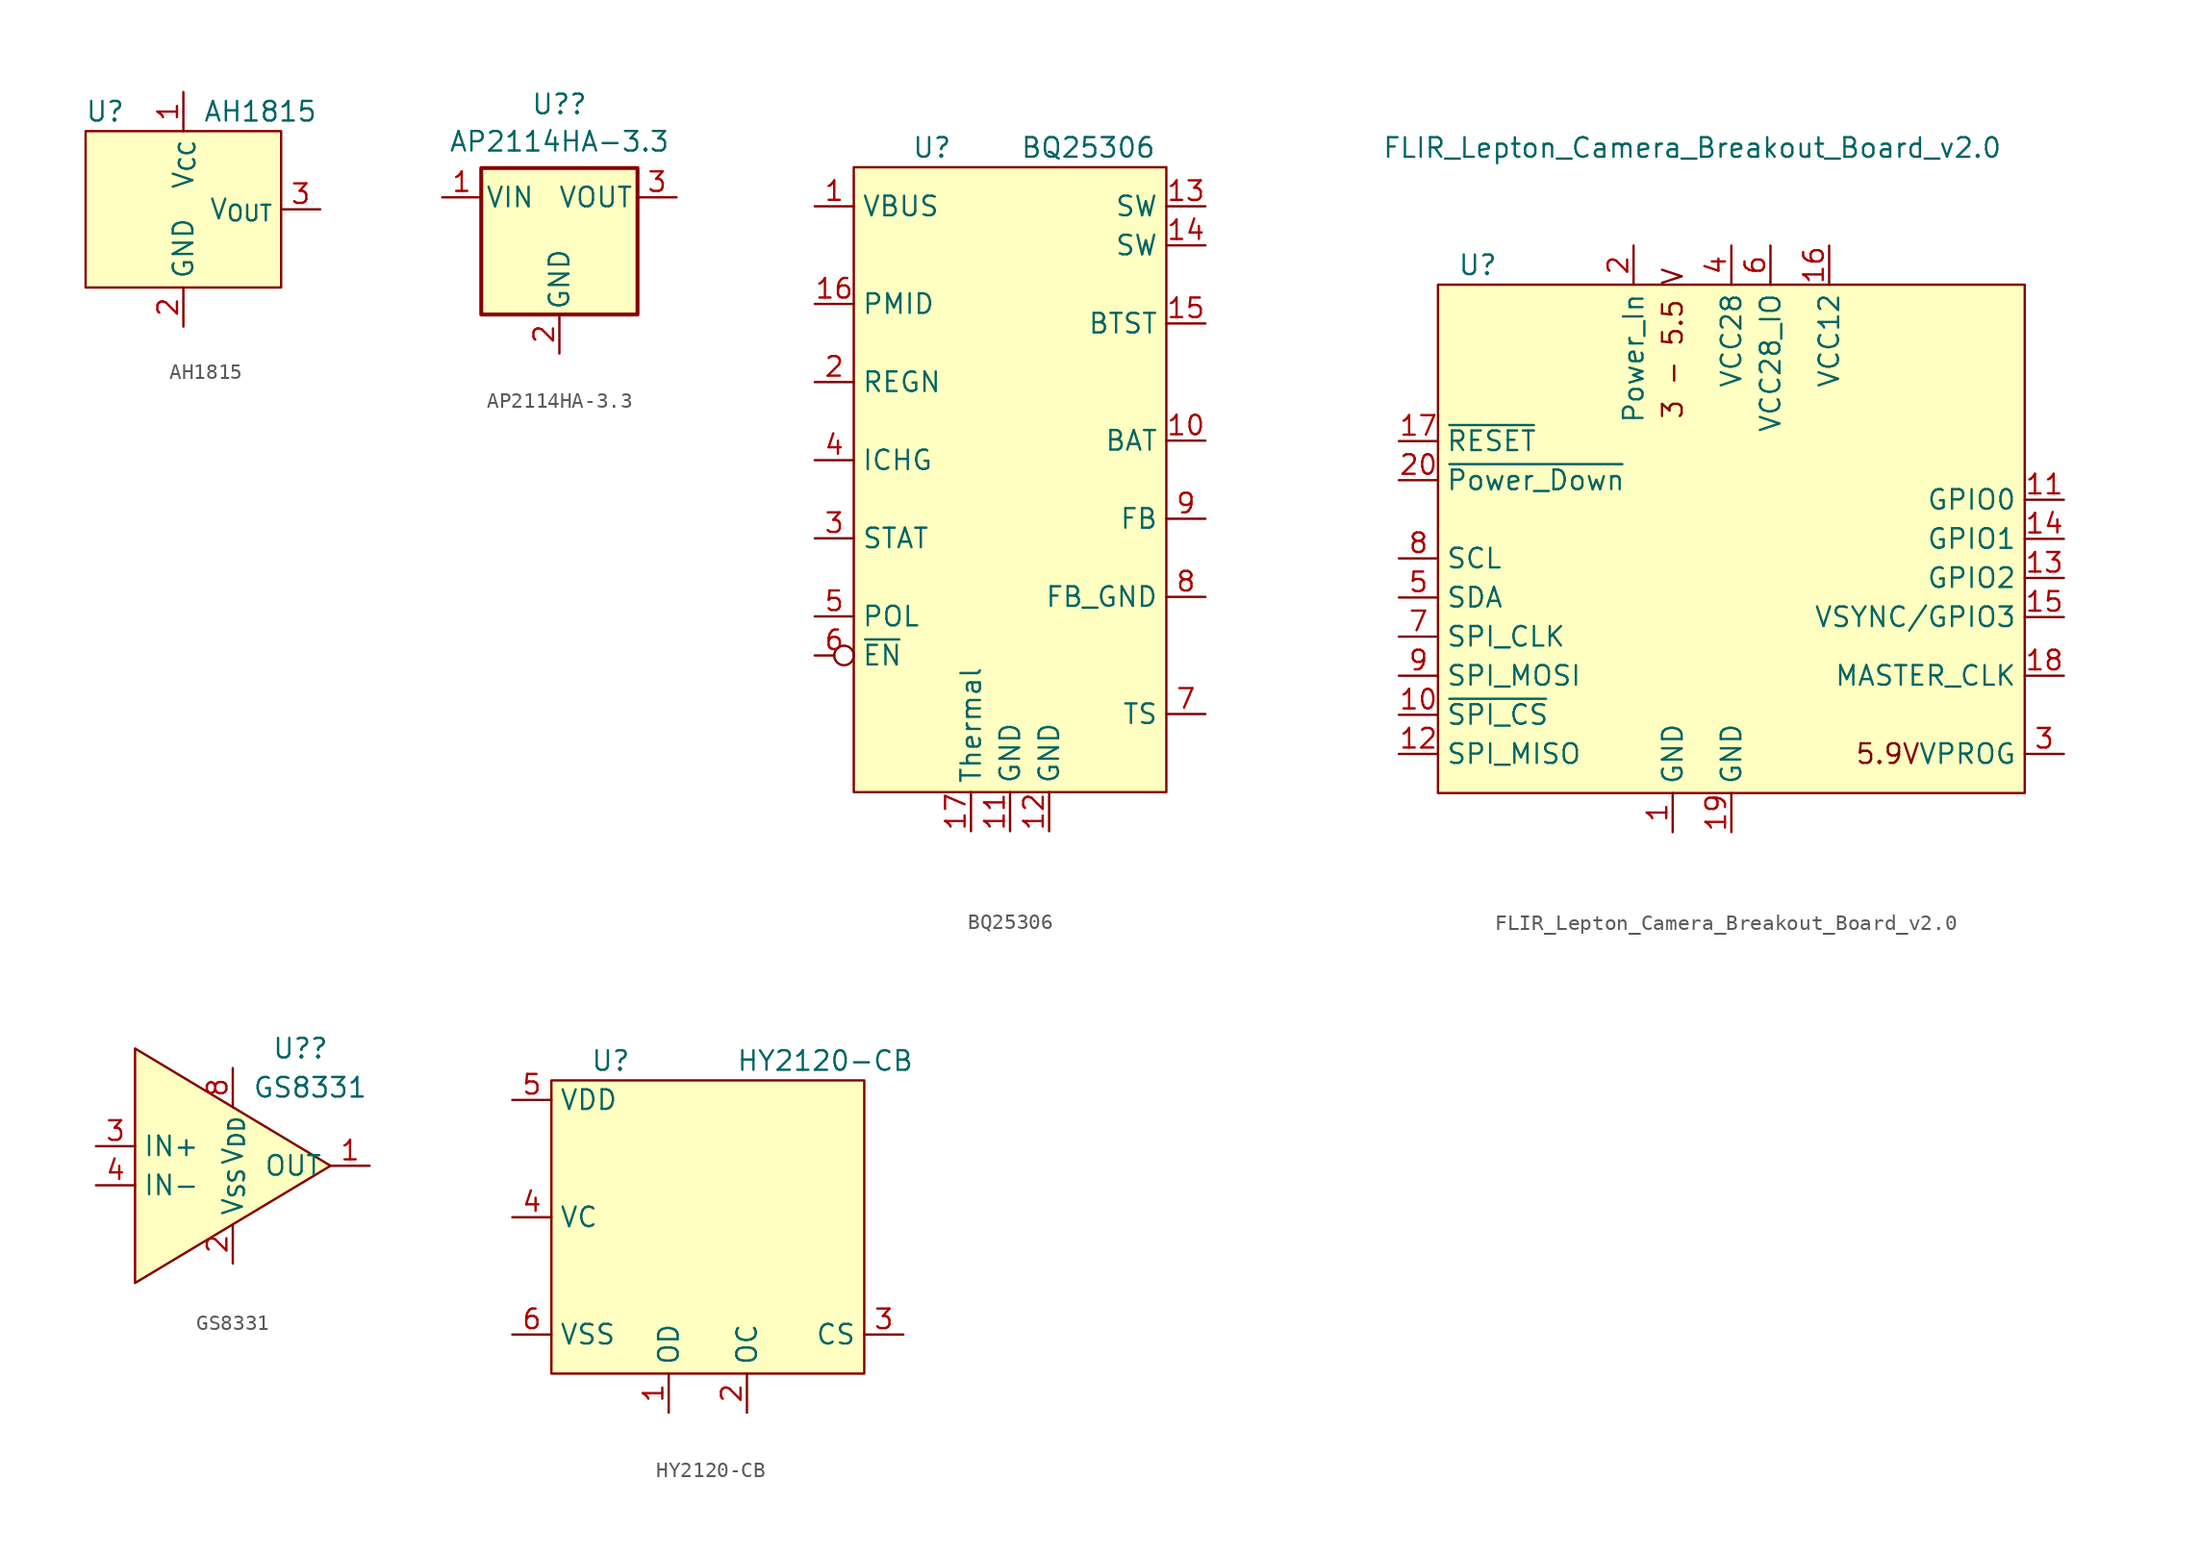
<source format=kicad_sym>
(kicad_symbol_lib
  (version 20231120)
  (generator "kicad_symbol_editor")
  (generator_version "8.0")
  (symbol "AH1815"
    (property "Reference" "U"
      (at -5.08 6.35 0)
      (effects (font (size 1.27 1.27))))
    (property "Value" "AH1815"
      (at 1.27 6.35 0)
      (effects (font (size 1.27 1.27)) (justify left)))
    (symbol "AH1815_0_1"
      (rectangle (start -6.35 5.08) (end 6.35 -5.08) (stroke (width 0) (type default)) (fill (type background))))
    (symbol "AH1815_1_1"
      (pin power_in line (at 0 7.62 270) (length 2.54) (name "V_{CC}" (effects (font (size 1.27 1.27)))) (number "1" (effects (font (size 1.27 1.27)))))
      (pin power_in line (at 0 -7.62 90) (length 2.54) (name "GND" (effects (font (size 1.27 1.27)))) (number "2" (effects (font (size 1.27 1.27)))))
      (pin output line (at 8.89 0 180) (length 2.54) (name "V_{OUT}" (effects (font (size 1.27 1.27)))) (number "3" (effects (font (size 1.27 1.27)))))))
  (symbol "AP2114HA-3.3"
    (pin_names
      (offset 0.254))
    (property "Reference" "U?"
      (at 0 8.589 0)
      (effects (font (size 1.27 1.27))))
    (property "Value" "AP2114HA-3.3"
      (at 0 6.165 0)
      (effects (font (size 1.27 1.27))))
    (symbol "AP2114HA-3.3_0_1"
      (rectangle (start -5.08 4.445) (end 5.08 -5.08) (stroke (width 0.254) (type default)) (fill (type background))))
    (symbol "AP2114HA-3.3_1_1"
      (pin power_in line (at -7.62 2.54 0) (length 2.54) (name "VIN" (effects (font (size 1.27 1.27)))) (number "1" (effects (font (size 1.27 1.27)))))
      (pin power_in line (at 0 -7.62 90) (length 2.54) (name "GND" (effects (font (size 1.27 1.27)))) (number "2" (effects (font (size 1.27 1.27)))))
      (pin power_out line (at 7.62 2.54 180) (length 2.54) (name "VOUT" (effects (font (size 1.27 1.27)))) (number "3" (effects (font (size 1.27 1.27)))))))
  (symbol "BQ25306"
    (property "Reference" "U"
      (at -5.08 3.81 0)
      (effects (font (size 1.27 1.27))))
    (property "Value" "BQ25306"
      (at 5.08 3.81 0)
      (effects (font (size 1.27 1.27))))
    (symbol "BQ25306_0_0"
      (pin power_in line (at -12.7 0 0) (length 2.54) (name "VBUS" (effects (font (size 1.27 1.27)))) (number "1" (effects (font (size 1.27 1.27)))))
      (pin input line (at 12.7 -15.24 180) (length 2.54) (name "BAT" (effects (font (size 1.27 1.27)))) (number "10" (effects (font (size 1.27 1.27)))))
      (pin power_in line (at 0 -40.64 90) (length 2.54) (name "GND" (effects (font (size 1.27 1.27)))) (number "11" (effects (font (size 1.27 1.27)))))
      (pin power_in line (at 2.54 -40.64 90) (length 2.54) (name "GND" (effects (font (size 1.27 1.27)))) (number "12" (effects (font (size 1.27 1.27)))))
      (pin output line (at 12.7 0 180) (length 2.54) (name "SW" (effects (font (size 1.27 1.27)))) (number "13" (effects (font (size 1.27 1.27)))))
      (pin output line (at 12.7 -2.54 180) (length 2.54) (name "SW" (effects (font (size 1.27 1.27)))) (number "14" (effects (font (size 1.27 1.27)))))
      (pin output line (at 12.7 -7.62 180) (length 2.54) (name "BTST" (effects (font (size 1.27 1.27)))) (number "15" (effects (font (size 1.27 1.27)))))
      (pin power_out line (at -12.7 -6.35 0) (length 2.54) (name "PMID" (effects (font (size 1.27 1.27)))) (number "16" (effects (font (size 1.27 1.27)))))
      (pin power_out line (at -12.7 -11.43 0) (length 2.54) (name "REGN" (effects (font (size 1.27 1.27)))) (number "2" (effects (font (size 1.27 1.27)))))
      (pin output line (at -12.7 -21.59 0) (length 2.54) (name "STAT" (effects (font (size 1.27 1.27)))) (number "3" (effects (font (size 1.27 1.27)))))
      (pin input line (at -12.7 -16.51 0) (length 2.54) (name "ICHG" (effects (font (size 1.27 1.27)))) (number "4" (effects (font (size 1.27 1.27)))))
      (pin input line (at -12.7 -26.67 0) (length 2.54) (name "POL" (effects (font (size 1.27 1.27)))) (number "5" (effects (font (size 1.27 1.27)))))
      (pin input inverted (at -12.7 -29.21 0) (length 2.54) (name "~{EN}" (effects (font (size 1.27 1.27)))) (number "6" (effects (font (size 1.27 1.27)))))
      (pin input line (at 12.7 -33.02 180) (length 2.54) (name "TS" (effects (font (size 1.27 1.27)))) (number "7" (effects (font (size 1.27 1.27)))))
      (pin input line (at 12.7 -25.4 180) (length 2.54) (name "FB_GND" (effects (font (size 1.27 1.27)))) (number "8" (effects (font (size 1.27 1.27)))))
      (pin input line (at 12.7 -20.32 180) (length 2.54) (name "FB" (effects (font (size 1.27 1.27)))) (number "9" (effects (font (size 1.27 1.27))))))
    (symbol "BQ25306_1_0"
      (pin unspecified line (at -2.54 -40.64 90) (length 2.54) (name "Thermal" (effects (font (size 1.27 1.27)))) (number "17" (effects (font (size 1.27 1.27))))))
    (symbol "BQ25306_1_1"
      (rectangle (start -10.16 2.54) (end 10.16 -38.1) (stroke (width 0) (type default)) (fill (type background)))))
  (symbol "FLIR_Lepton_Camera_Breakout_Board_v2.0"
    (property "Reference" "U"
      (at -15.24 21.59 0)
      (effects (font (size 1.27 1.27)) (justify left)))
    (property "Value" "FLIR_Lepton_Camera_Breakout_Board_v2.0"
      (at 0 29.21 0)
      (effects (font (size 1.27 1.27))))
    (symbol "FLIR_Lepton_Camera_Breakout_Board_v2.0_0_0"
      (rectangle (start -16.51 20.32) (end 21.59 -12.7) (stroke (width 0) (type default)) (fill (type background)))
      (text "3 - 5.5 V" (at -1.27 16.51 900) (effects (font (size 1.27 1.27))))
      (text "5.9V" (at 12.7 -10.16 0) (effects (font (size 1.27 1.27)))))
    (symbol "FLIR_Lepton_Camera_Breakout_Board_v2.0_1_1"
      (pin input line (at -1.27 -15.24 90) (length 2.54) (name "GND" (effects (font (size 1.27 1.27)))) (number "1" (effects (font (size 1.27 1.27)))))
      (pin input line (at -19.05 -7.62 0) (length 2.54) (name "~{SPI_CS}" (effects (font (size 1.27 1.27)))) (number "10" (effects (font (size 1.27 1.27)))))
      (pin input line (at 24.13 6.35 180) (length 2.54) (name "GPIO0" (effects (font (size 1.27 1.27)))) (number "11" (effects (font (size 1.27 1.27)))))
      (pin input line (at -19.05 -10.16 0) (length 2.54) (name "SPI_MISO" (effects (font (size 1.27 1.27)))) (number "12" (effects (font (size 1.27 1.27)))))
      (pin input line (at 24.13 1.27 180) (length 2.54) (name "GPIO2" (effects (font (size 1.27 1.27)))) (number "13" (effects (font (size 1.27 1.27)))))
      (pin input line (at 24.13 3.81 180) (length 2.54) (name "GPIO1" (effects (font (size 1.27 1.27)))) (number "14" (effects (font (size 1.27 1.27)))))
      (pin input line (at 24.13 -1.27 180) (length 2.54) (name "VSYNC/GPIO3" (effects (font (size 1.27 1.27)))) (number "15" (effects (font (size 1.27 1.27)))))
      (pin input line (at 8.89 22.86 270) (length 2.54) (name "VCC12" (effects (font (size 1.27 1.27)))) (number "16" (effects (font (size 1.27 1.27)))))
      (pin input line (at -19.05 10.16 0) (length 2.54) (name "~{RESET}" (effects (font (size 1.27 1.27)))) (number "17" (effects (font (size 1.27 1.27)))))
      (pin input line (at 24.13 -5.08 180) (length 2.54) (name "MASTER_CLK" (effects (font (size 1.27 1.27)))) (number "18" (effects (font (size 1.27 1.27)))))
      (pin input line (at 2.54 -15.24 90) (length 2.54) (name "GND" (effects (font (size 1.27 1.27)))) (number "19" (effects (font (size 1.27 1.27)))))
      (pin input line (at -3.81 22.86 270) (length 2.54) (name "Power_In" (effects (font (size 1.27 1.27)))) (number "2" (effects (font (size 1.27 1.27)))))
      (pin input line (at -19.05 7.62 0) (length 2.54) (name "~{Power_Down}" (effects (font (size 1.27 1.27)))) (number "20" (effects (font (size 1.27 1.27)))))
      (pin input line (at 24.13 -10.16 180) (length 2.54) (name "VPROG" (effects (font (size 1.27 1.27)))) (number "3" (effects (font (size 1.27 1.27)))))
      (pin input line (at 2.54 22.86 270) (length 2.54) (name "VCC28" (effects (font (size 1.27 1.27)))) (number "4" (effects (font (size 1.27 1.27)))))
      (pin input line (at -19.05 0 0) (length 2.54) (name "SDA" (effects (font (size 1.27 1.27)))) (number "5" (effects (font (size 1.27 1.27)))))
      (pin input line (at 5.08 22.86 270) (length 2.54) (name "VCC28_IO" (effects (font (size 1.27 1.27)))) (number "6" (effects (font (size 1.27 1.27)))))
      (pin input line (at -19.05 -2.54 0) (length 2.54) (name "SPI_CLK" (effects (font (size 1.27 1.27)))) (number "7" (effects (font (size 1.27 1.27)))))
      (pin input line (at -19.05 2.54 0) (length 2.54) (name "SCL" (effects (font (size 1.27 1.27)))) (number "8" (effects (font (size 1.27 1.27)))))
      (pin input line (at -19.05 -5.08 0) (length 2.54) (name "SPI_MOSI" (effects (font (size 1.27 1.27)))) (number "9" (effects (font (size 1.27 1.27)))))))
  (symbol "GS8331"
    (property "Reference" "U?"
      (at 2.54 7.62 0)
      (effects (font (size 1.27 1.27)) (justify left)))
    (property "Value" "GS8331"
      (at 1.27 5.08 0)
      (effects (font (size 1.27 1.27)) (justify left)))
    (symbol "GS8331_0_0"
      (pin output line (at 8.89 0 180) (length 2.54) (name "OUT" (effects (font (size 1.27 1.27)))) (number "1" (effects (font (size 1.27 1.27)))))
      (pin power_in line (at 0 -6.35 90) (length 2.54) (name "V_{SS}" (effects (font (size 1.27 1.27)))) (number "2" (effects (font (size 1.27 1.27)))))
      (pin input line (at -8.89 1.27 0) (length 2.54) (name "IN+" (effects (font (size 1.27 1.27)))) (number "3" (effects (font (size 1.27 1.27)))))
      (pin input line (at -8.89 -1.27 0) (length 2.54) (name "IN-" (effects (font (size 1.27 1.27)))) (number "4" (effects (font (size 1.27 1.27)))))
      (pin power_in line (at 0 6.35 270) (length 2.54) (name "V_{DD}" (effects (font (size 1.27 1.27)))) (number "8" (effects (font (size 1.27 1.27))))))
    (symbol "GS8331_1_1"
      (polyline (pts (xy 6.35 0) (xy -6.35 7.62) (xy -6.35 -7.62) (xy 6.35 0)) (stroke (width 0) (type default)) (fill (type background)))))
  (symbol "HY2120-CB"
    (property "Reference" "U"
      (at -7.62 2.54 0)
      (effects (font (size 1.27 1.27)) (justify left)))
    (property "Value" "HY2120-CB"
      (at 7.62 2.54 0)
      (effects (font (size 1.27 1.27))))
    (symbol "HY2120-CB_0_0"
      (pin output line (at -2.54 -20.32 90) (length 2.54) (name "OD" (effects (font (size 1.27 1.27)))) (number "1" (effects (font (size 1.27 1.27)))))
      (pin output line (at 2.54 -20.32 90) (length 2.54) (name "OC" (effects (font (size 1.27 1.27)))) (number "2" (effects (font (size 1.27 1.27)))))
      (pin input line (at 12.7 -15.24 180) (length 2.54) (name "CS" (effects (font (size 1.27 1.27)))) (number "3" (effects (font (size 1.27 1.27)))))
      (pin power_in line (at -12.7 -7.62 0) (length 2.54) (name "VC" (effects (font (size 1.27 1.27)))) (number "4" (effects (font (size 1.27 1.27)))))
      (pin power_in line (at -12.7 0 0) (length 2.54) (name "VDD" (effects (font (size 1.27 1.27)))) (number "5" (effects (font (size 1.27 1.27)))))
      (pin power_in line (at -12.7 -15.24 0) (length 2.54) (name "VSS" (effects (font (size 1.27 1.27)))) (number "6" (effects (font (size 1.27 1.27))))))
    (symbol "HY2120-CB_1_1"
      (rectangle (start -10.16 1.27) (end 10.16 -17.78) (stroke (width 0) (type default)) (fill (type background))))))
</source>
